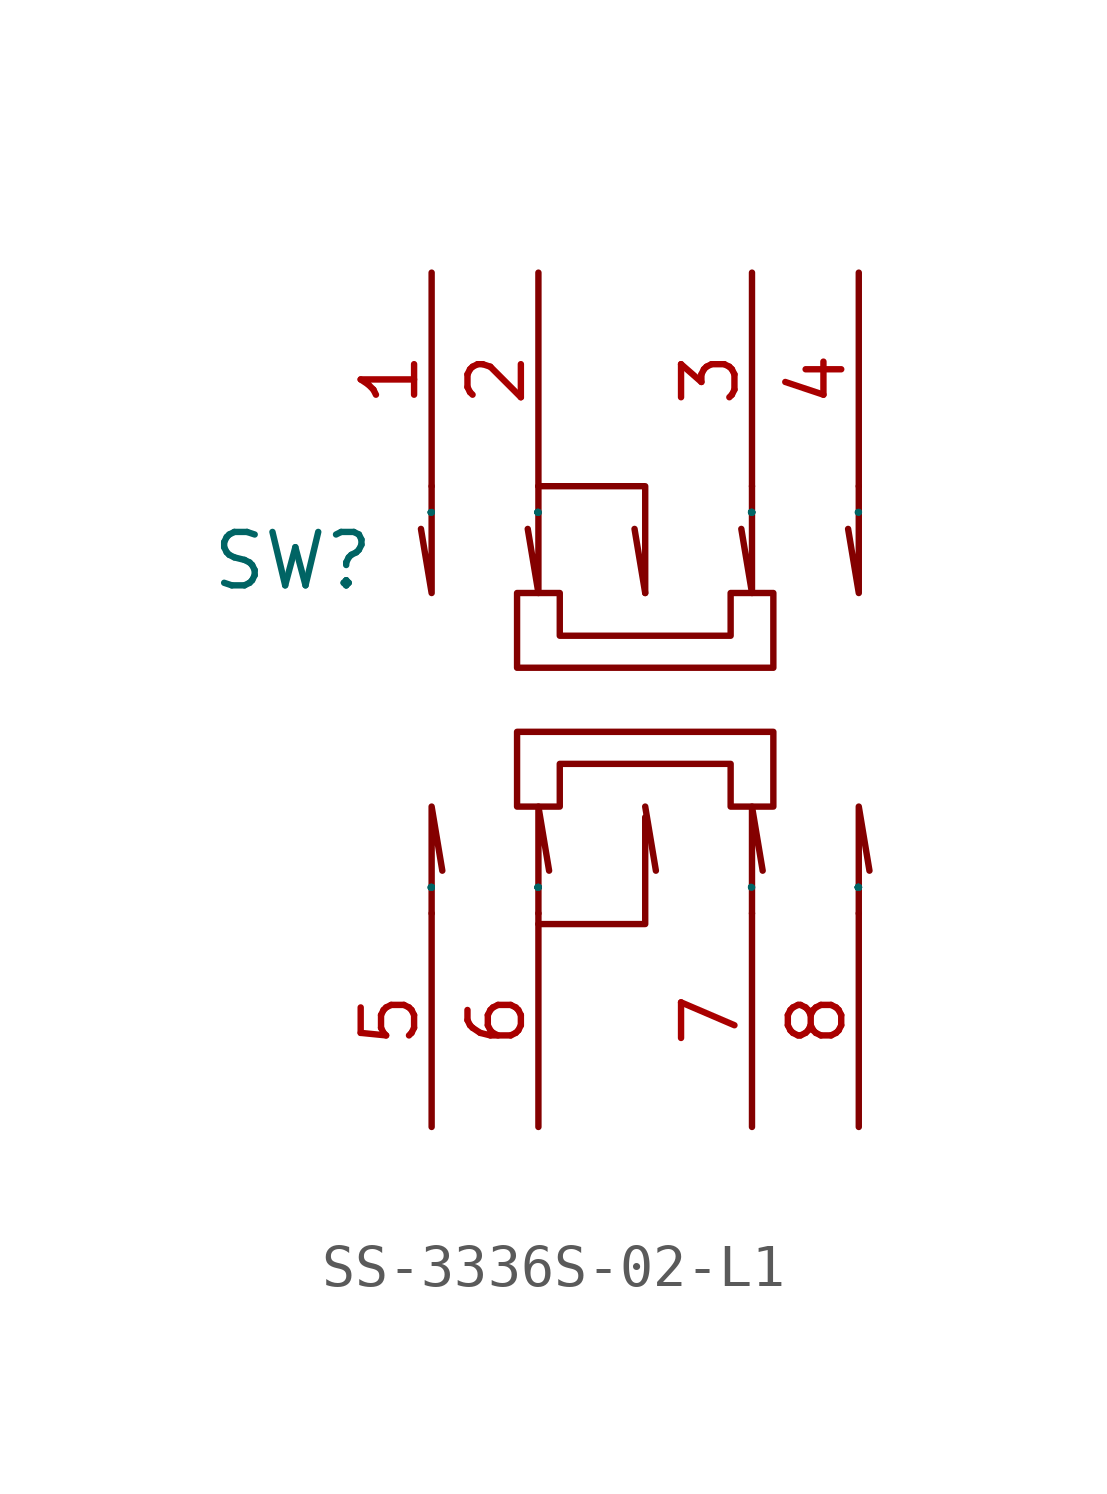
<source format=kicad_sym>
(kicad_symbol_lib
  (version 20241209)
  (generator "kicad_symbol_editor")
  (generator_version "9.0")
  (symbol "SS-3336S-02-L1"
    (property "Reference" "SW"
      (at -8.382 3.302 0)
      (effects (font (size 1.27 1.27))))
    (property "Value" ""
      (at 0 0 0)
      (effects (font (size 1.27 1.27))))
    (symbol "SS-3336S-02-L1_1_0"
      (polyline (pts (xy -5.08 5.08) (xy -5.08 2.54) (xy -5.08 2.54) (xy -5.334 4.064)) (stroke (width 0) (type default)) (fill (type none)))
      (polyline (pts (xy -5.08 -5.08) (xy -5.08 -2.54) (xy -5.08 -2.54) (xy -4.826 -4.064)) (stroke (width 0) (type default)) (fill (type none)))
      (polyline (pts (xy -3.048 2.54) (xy -3.048 0.762) (xy -3.048 0.762) (xy 3.048 0.762) (xy 3.048 0.762) (xy 3.048 2.54) (xy 3.048 2.54) (xy 2.032 2.54) (xy 2.032 2.54) (xy 2.032 1.524) (xy 2.032 1.524) (xy -2.032 1.524) (xy -2.032 1.524) (xy -2.032 2.54) (xy -2.032 2.54) (xy -3.048 2.54)) (stroke (width 0) (type default)) (fill (type none)))
      (polyline (pts (xy -2.54 5.08) (xy -2.54 2.54) (xy -2.54 2.54) (xy -2.794 4.064)) (stroke (width 0) (type default)) (fill (type none)))
      (polyline (pts (xy -2.54 -5.08) (xy -2.54 -2.54) (xy -2.54 -2.54) (xy -2.286 -4.064)) (stroke (width 0) (type default)) (fill (type none)))
      (polyline (pts (xy -2.54 -5.334) (xy 0 -5.334) (xy 0 -5.334) (xy 0 -2.794)) (stroke (width 0) (type default)) (fill (type none)))
      (polyline (pts (xy 0 2.54) (xy -0.254 4.064)) (stroke (width 0) (type default)) (fill (type none)))
      (polyline (pts (xy 0 2.54) (xy 0 5.08) (xy 0 5.08) (xy -2.54 5.08)) (stroke (width 0) (type default)) (fill (type none)))
      (polyline (pts (xy 0 -2.54) (xy 0.254 -4.064)) (stroke (width 0) (type default)) (fill (type none)))
      (polyline (pts (xy 2.54 5.08) (xy 2.54 2.54) (xy 2.54 2.54) (xy 2.286 4.064)) (stroke (width 0) (type default)) (fill (type none)))
      (polyline (pts (xy 2.54 -5.08) (xy 2.54 -2.54) (xy 2.54 -2.54) (xy 2.794 -4.064)) (stroke (width 0) (type default)) (fill (type none)))
      (polyline (pts (xy 3.048 -2.54) (xy 3.048 -0.762) (xy 3.048 -0.762) (xy -3.048 -0.762) (xy -3.048 -0.762) (xy -3.048 -2.54) (xy -3.048 -2.54) (xy -2.032 -2.54) (xy -2.032 -2.54) (xy -2.032 -1.524) (xy -2.032 -1.524) (xy 2.032 -1.524) (xy 2.032 -1.524) (xy 2.032 -2.54) (xy 2.032 -2.54) (xy 3.048 -2.54)) (stroke (width 0) (type default)) (fill (type none)))
      (polyline (pts (xy 5.08 5.08) (xy 5.08 2.54) (xy 5.08 2.54) (xy 4.826 4.064)) (stroke (width 0) (type default)) (fill (type none)))
      (polyline (pts (xy 5.08 -5.08) (xy 5.08 -2.54) (xy 5.08 -2.54) (xy 5.334 -4.064)) (stroke (width 0) (type default)) (fill (type none)))
      (pin input line (at -5.08 10.16 270) (length 5.08) (name "1" (effects (font (size 0.025 0.025)))) (number "1" (effects (font (size 1.27 1.27)))))
      (pin input line (at -5.08 -10.16 90) (length 5.08) (name "5" (effects (font (size 0.025 0.025)))) (number "5" (effects (font (size 1.27 1.27)))))
      (pin input line (at -2.54 10.16 270) (length 5.08) (name "2" (effects (font (size 0.025 0.025)))) (number "2" (effects (font (size 1.27 1.27)))))
      (pin input line (at -2.54 -10.16 90) (length 5.08) (name "6" (effects (font (size 0.025 0.025)))) (number "6" (effects (font (size 1.27 1.27)))))
      (pin input line (at 2.54 10.16 270) (length 5.08) (name "3" (effects (font (size 0.025 0.025)))) (number "3" (effects (font (size 1.27 1.27)))))
      (pin input line (at 2.54 -10.16 90) (length 5.08) (name "7" (effects (font (size 0.025 0.025)))) (number "7" (effects (font (size 1.27 1.27)))))
      (pin input line (at 5.08 10.16 270) (length 5.08) (name "4" (effects (font (size 0.025 0.025)))) (number "4" (effects (font (size 1.27 1.27)))))
      (pin input line (at 5.08 -10.16 90) (length 5.08) (name "8" (effects (font (size 0.025 0.025)))) (number "8" (effects (font (size 1.27 1.27))))))))
</source>
